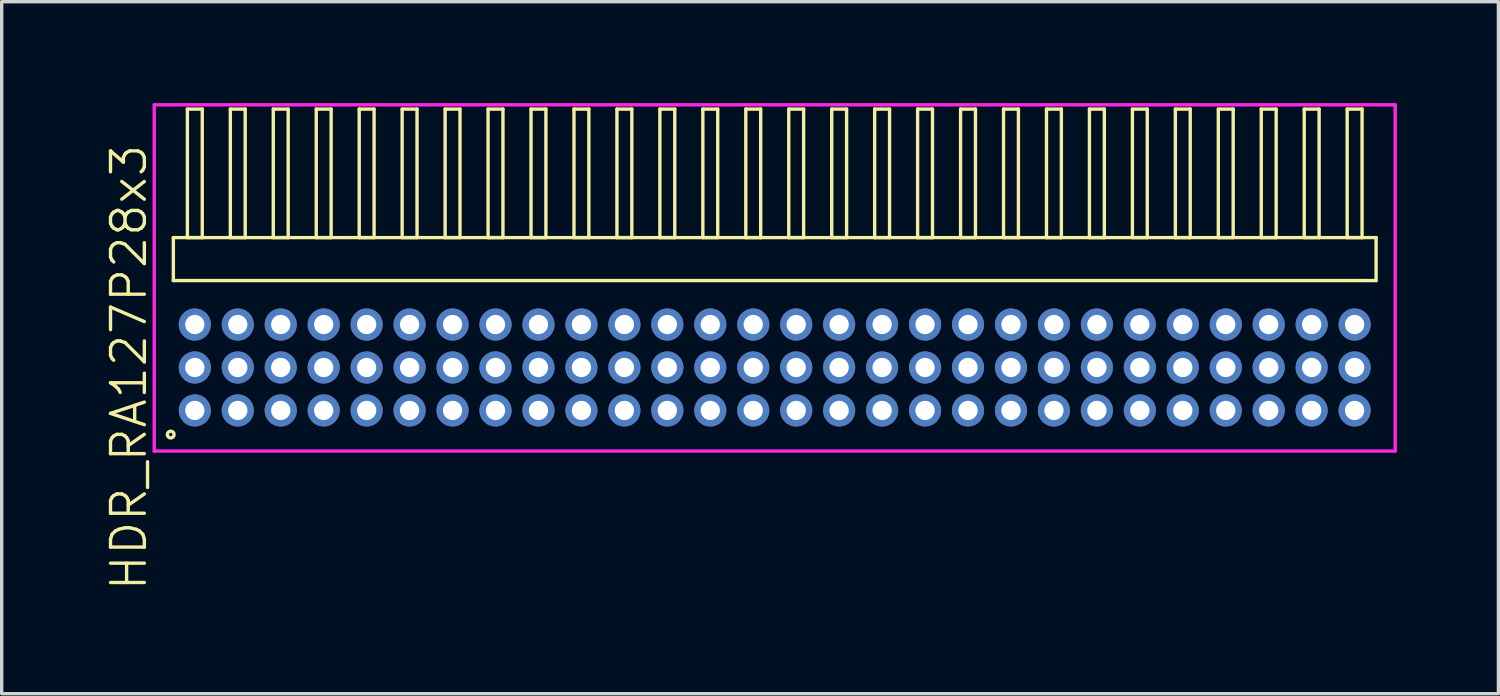
<source format=kicad_pcb>
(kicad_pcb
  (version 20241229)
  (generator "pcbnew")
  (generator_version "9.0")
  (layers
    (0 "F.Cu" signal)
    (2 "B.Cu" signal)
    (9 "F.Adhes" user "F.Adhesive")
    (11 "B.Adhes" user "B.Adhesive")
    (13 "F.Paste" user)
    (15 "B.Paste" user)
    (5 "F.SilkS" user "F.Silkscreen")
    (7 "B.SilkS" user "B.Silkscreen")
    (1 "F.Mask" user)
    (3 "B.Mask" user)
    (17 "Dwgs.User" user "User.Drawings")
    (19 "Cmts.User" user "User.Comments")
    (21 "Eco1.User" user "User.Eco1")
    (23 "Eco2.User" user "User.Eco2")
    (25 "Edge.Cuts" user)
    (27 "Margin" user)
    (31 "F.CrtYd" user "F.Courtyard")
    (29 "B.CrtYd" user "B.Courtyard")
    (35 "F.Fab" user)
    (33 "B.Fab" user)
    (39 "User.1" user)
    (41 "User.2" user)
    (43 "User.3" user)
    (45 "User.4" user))
  (footprint "HDR_RA127P28x3"
    (layer "F.Cu")
    (at 19.855 7.815)
    (property "Reference" "HDR_RA127P28x3" (at -19.095 0 90) (layer "F.SilkS") (effects (font (size 1 1) (thickness 0.1))))
    (attr through_hole)
    (fp_line (start -17.78 -3.84) (end -17.78 -2.57) (stroke (width 0.1) (type solid)) (layer "F.SilkS"))
    (fp_line (start -17.78 -2.57) (end 17.78 -2.57) (stroke (width 0.1) (type solid)) (layer "F.SilkS"))
    (fp_line (start -17.365 -7.64) (end -17.365 -3.84) (stroke (width 0.1) (type solid)) (layer "F.SilkS"))
    (fp_line (start -17.365 -3.84) (end -16.925 -3.84) (stroke (width 0.1) (type solid)) (layer "F.SilkS"))
    (fp_line (start -16.925 -7.64) (end -17.365 -7.64) (stroke (width 0.1) (type solid)) (layer "F.SilkS"))
    (fp_line (start -16.925 -3.84) (end -16.925 -7.64) (stroke (width 0.1) (type solid)) (layer "F.SilkS"))
    (fp_line (start -16.095 -7.64) (end -16.095 -3.84) (stroke (width 0.1) (type solid)) (layer "F.SilkS"))
    (fp_line (start -16.095 -3.84) (end -15.655 -3.84) (stroke (width 0.1) (type solid)) (layer "F.SilkS"))
    (fp_line (start -15.655 -7.64) (end -16.095 -7.64) (stroke (width 0.1) (type solid)) (layer "F.SilkS"))
    (fp_line (start -15.655 -3.84) (end -15.655 -7.64) (stroke (width 0.1) (type solid)) (layer "F.SilkS"))
    (fp_line (start -14.825 -7.64) (end -14.825 -3.84) (stroke (width 0.1) (type solid)) (layer "F.SilkS"))
    (fp_line (start -14.825 -3.84) (end -14.385 -3.84) (stroke (width 0.1) (type solid)) (layer "F.SilkS"))
    (fp_line (start -14.385 -7.64) (end -14.825 -7.64) (stroke (width 0.1) (type solid)) (layer "F.SilkS"))
    (fp_line (start -14.385 -3.84) (end -14.385 -7.64) (stroke (width 0.1) (type solid)) (layer "F.SilkS"))
    (fp_line (start -13.555 -7.64) (end -13.555 -3.84) (stroke (width 0.1) (type solid)) (layer "F.SilkS"))
    (fp_line (start -13.555 -3.84) (end -13.115 -3.84) (stroke (width 0.1) (type solid)) (layer "F.SilkS"))
    (fp_line (start -13.115 -7.64) (end -13.555 -7.64) (stroke (width 0.1) (type solid)) (layer "F.SilkS"))
    (fp_line (start -13.115 -3.84) (end -13.115 -7.64) (stroke (width 0.1) (type solid)) (layer "F.SilkS"))
    (fp_line (start -12.285 -7.64) (end -12.285 -3.84) (stroke (width 0.1) (type solid)) (layer "F.SilkS"))
    (fp_line (start -12.285 -3.84) (end -11.845 -3.84) (stroke (width 0.1) (type solid)) (layer "F.SilkS"))
    (fp_line (start -11.845 -7.64) (end -12.285 -7.64) (stroke (width 0.1) (type solid)) (layer "F.SilkS"))
    (fp_line (start -11.845 -3.84) (end -11.845 -7.64) (stroke (width 0.1) (type solid)) (layer "F.SilkS"))
    (fp_line (start -11.015 -7.64) (end -11.015 -3.84) (stroke (width 0.1) (type solid)) (layer "F.SilkS"))
    (fp_line (start -11.015 -3.84) (end -10.575 -3.84) (stroke (width 0.1) (type solid)) (layer "F.SilkS"))
    (fp_line (start -10.575 -7.64) (end -11.015 -7.64) (stroke (width 0.1) (type solid)) (layer "F.SilkS"))
    (fp_line (start -10.575 -3.84) (end -10.575 -7.64) (stroke (width 0.1) (type solid)) (layer "F.SilkS"))
    (fp_line (start -9.745 -7.64) (end -9.745 -3.84) (stroke (width 0.1) (type solid)) (layer "F.SilkS"))
    (fp_line (start -9.745 -3.84) (end -9.305 -3.84) (stroke (width 0.1) (type solid)) (layer "F.SilkS"))
    (fp_line (start -9.305 -7.64) (end -9.745 -7.64) (stroke (width 0.1) (type solid)) (layer "F.SilkS"))
    (fp_line (start -9.305 -3.84) (end -9.305 -7.64) (stroke (width 0.1) (type solid)) (layer "F.SilkS"))
    (fp_line (start -8.475 -7.64) (end -8.475 -3.84) (stroke (width 0.1) (type solid)) (layer "F.SilkS"))
    (fp_line (start -8.475 -3.84) (end -8.035 -3.84) (stroke (width 0.1) (type solid)) (layer "F.SilkS"))
    (fp_line (start -8.035 -7.64) (end -8.475 -7.64) (stroke (width 0.1) (type solid)) (layer "F.SilkS"))
    (fp_line (start -8.035 -3.84) (end -8.035 -7.64) (stroke (width 0.1) (type solid)) (layer "F.SilkS"))
    (fp_line (start -7.205 -7.64) (end -7.205 -3.84) (stroke (width 0.1) (type solid)) (layer "F.SilkS"))
    (fp_line (start -7.205 -3.84) (end -6.765 -3.84) (stroke (width 0.1) (type solid)) (layer "F.SilkS"))
    (fp_line (start -6.765 -7.64) (end -7.205 -7.64) (stroke (width 0.1) (type solid)) (layer "F.SilkS"))
    (fp_line (start -6.765 -3.84) (end -6.765 -7.64) (stroke (width 0.1) (type solid)) (layer "F.SilkS"))
    (fp_line (start -5.935 -7.64) (end -5.935 -3.84) (stroke (width 0.1) (type solid)) (layer "F.SilkS"))
    (fp_line (start -5.935 -3.84) (end -5.495 -3.84) (stroke (width 0.1) (type solid)) (layer "F.SilkS"))
    (fp_line (start -5.495 -7.64) (end -5.935 -7.64) (stroke (width 0.1) (type solid)) (layer "F.SilkS"))
    (fp_line (start -5.495 -3.84) (end -5.495 -7.64) (stroke (width 0.1) (type solid)) (layer "F.SilkS"))
    (fp_line (start -4.665 -7.64) (end -4.665 -3.84) (stroke (width 0.1) (type solid)) (layer "F.SilkS"))
    (fp_line (start -4.665 -3.84) (end -4.225 -3.84) (stroke (width 0.1) (type solid)) (layer "F.SilkS"))
    (fp_line (start -4.225 -7.64) (end -4.665 -7.64) (stroke (width 0.1) (type solid)) (layer "F.SilkS"))
    (fp_line (start -4.225 -3.84) (end -4.225 -7.64) (stroke (width 0.1) (type solid)) (layer "F.SilkS"))
    (fp_line (start -3.395 -7.64) (end -3.395 -3.84) (stroke (width 0.1) (type solid)) (layer "F.SilkS"))
    (fp_line (start -3.395 -3.84) (end -2.955 -3.84) (stroke (width 0.1) (type solid)) (layer "F.SilkS"))
    (fp_line (start -2.955 -7.64) (end -3.395 -7.64) (stroke (width 0.1) (type solid)) (layer "F.SilkS"))
    (fp_line (start -2.955 -3.84) (end -2.955 -7.64) (stroke (width 0.1) (type solid)) (layer "F.SilkS"))
    (fp_line (start -2.125 -7.64) (end -2.125 -3.84) (stroke (width 0.1) (type solid)) (layer "F.SilkS"))
    (fp_line (start -2.125 -3.84) (end -1.685 -3.84) (stroke (width 0.1) (type solid)) (layer "F.SilkS"))
    (fp_line (start -1.685 -7.64) (end -2.125 -7.64) (stroke (width 0.1) (type solid)) (layer "F.SilkS"))
    (fp_line (start -1.685 -3.84) (end -1.685 -7.64) (stroke (width 0.1) (type solid)) (layer "F.SilkS"))
    (fp_line (start -0.855 -7.64) (end -0.855 -3.84) (stroke (width 0.1) (type solid)) (layer "F.SilkS"))
    (fp_line (start -0.855 -3.84) (end -0.415 -3.84) (stroke (width 0.1) (type solid)) (layer "F.SilkS"))
    (fp_line (start -0.415 -7.64) (end -0.855 -7.64) (stroke (width 0.1) (type solid)) (layer "F.SilkS"))
    (fp_line (start -0.415 -3.84) (end -0.415 -7.64) (stroke (width 0.1) (type solid)) (layer "F.SilkS"))
    (fp_line (start 0.415 -7.64) (end 0.415 -3.84) (stroke (width 0.1) (type solid)) (layer "F.SilkS"))
    (fp_line (start 0.415 -3.84) (end 0.855 -3.84) (stroke (width 0.1) (type solid)) (layer "F.SilkS"))
    (fp_line (start 0.855 -7.64) (end 0.415 -7.64) (stroke (width 0.1) (type solid)) (layer "F.SilkS"))
    (fp_line (start 0.855 -3.84) (end 0.855 -7.64) (stroke (width 0.1) (type solid)) (layer "F.SilkS"))
    (fp_line (start 1.685 -7.64) (end 1.685 -3.84) (stroke (width 0.1) (type solid)) (layer "F.SilkS"))
    (fp_line (start 1.685 -3.84) (end 2.125 -3.84) (stroke (width 0.1) (type solid)) (layer "F.SilkS"))
    (fp_line (start 2.125 -7.64) (end 1.685 -7.64) (stroke (width 0.1) (type solid)) (layer "F.SilkS"))
    (fp_line (start 2.125 -3.84) (end 2.125 -7.64) (stroke (width 0.1) (type solid)) (layer "F.SilkS"))
    (fp_line (start 2.955 -7.64) (end 2.955 -3.84) (stroke (width 0.1) (type solid)) (layer "F.SilkS"))
    (fp_line (start 2.955 -3.84) (end 3.395 -3.84) (stroke (width 0.1) (type solid)) (layer "F.SilkS"))
    (fp_line (start 3.395 -7.64) (end 2.955 -7.64) (stroke (width 0.1) (type solid)) (layer "F.SilkS"))
    (fp_line (start 3.395 -3.84) (end 3.395 -7.64) (stroke (width 0.1) (type solid)) (layer "F.SilkS"))
    (fp_line (start 4.225 -7.64) (end 4.225 -3.84) (stroke (width 0.1) (type solid)) (layer "F.SilkS"))
    (fp_line (start 4.225 -3.84) (end 4.665 -3.84) (stroke (width 0.1) (type solid)) (layer "F.SilkS"))
    (fp_line (start 4.665 -7.64) (end 4.225 -7.64) (stroke (width 0.1) (type solid)) (layer "F.SilkS"))
    (fp_line (start 4.665 -3.84) (end 4.665 -7.64) (stroke (width 0.1) (type solid)) (layer "F.SilkS"))
    (fp_line (start 5.495 -7.64) (end 5.495 -3.84) (stroke (width 0.1) (type solid)) (layer "F.SilkS"))
    (fp_line (start 5.495 -3.84) (end 5.935 -3.84) (stroke (width 0.1) (type solid)) (layer "F.SilkS"))
    (fp_line (start 5.935 -7.64) (end 5.495 -7.64) (stroke (width 0.1) (type solid)) (layer "F.SilkS"))
    (fp_line (start 5.935 -3.84) (end 5.935 -7.64) (stroke (width 0.1) (type solid)) (layer "F.SilkS"))
    (fp_line (start 6.765 -7.64) (end 6.765 -3.84) (stroke (width 0.1) (type solid)) (layer "F.SilkS"))
    (fp_line (start 6.765 -3.84) (end 7.205 -3.84) (stroke (width 0.1) (type solid)) (layer "F.SilkS"))
    (fp_line (start 7.205 -7.64) (end 6.765 -7.64) (stroke (width 0.1) (type solid)) (layer "F.SilkS"))
    (fp_line (start 7.205 -3.84) (end 7.205 -7.64) (stroke (width 0.1) (type solid)) (layer "F.SilkS"))
    (fp_line (start 8.035 -7.64) (end 8.035 -3.84) (stroke (width 0.1) (type solid)) (layer "F.SilkS"))
    (fp_line (start 8.035 -3.84) (end 8.475 -3.84) (stroke (width 0.1) (type solid)) (layer "F.SilkS"))
    (fp_line (start 8.475 -7.64) (end 8.035 -7.64) (stroke (width 0.1) (type solid)) (layer "F.SilkS"))
    (fp_line (start 8.475 -3.84) (end 8.475 -7.64) (stroke (width 0.1) (type solid)) (layer "F.SilkS"))
    (fp_line (start 9.305 -7.64) (end 9.305 -3.84) (stroke (width 0.1) (type solid)) (layer "F.SilkS"))
    (fp_line (start 9.305 -3.84) (end 9.745 -3.84) (stroke (width 0.1) (type solid)) (layer "F.SilkS"))
    (fp_line (start 9.745 -7.64) (end 9.305 -7.64) (stroke (width 0.1) (type solid)) (layer "F.SilkS"))
    (fp_line (start 9.745 -3.84) (end 9.745 -7.64) (stroke (width 0.1) (type solid)) (layer "F.SilkS"))
    (fp_line (start 10.575 -7.64) (end 10.575 -3.84) (stroke (width 0.1) (type solid)) (layer "F.SilkS"))
    (fp_line (start 10.575 -3.84) (end 11.015 -3.84) (stroke (width 0.1) (type solid)) (layer "F.SilkS"))
    (fp_line (start 11.015 -7.64) (end 10.575 -7.64) (stroke (width 0.1) (type solid)) (layer "F.SilkS"))
    (fp_line (start 11.015 -3.84) (end 11.015 -7.64) (stroke (width 0.1) (type solid)) (layer "F.SilkS"))
    (fp_line (start 11.845 -7.64) (end 11.845 -3.84) (stroke (width 0.1) (type solid)) (layer "F.SilkS"))
    (fp_line (start 11.845 -3.84) (end 12.285 -3.84) (stroke (width 0.1) (type solid)) (layer "F.SilkS"))
    (fp_line (start 12.285 -7.64) (end 11.845 -7.64) (stroke (width 0.1) (type solid)) (layer "F.SilkS"))
    (fp_line (start 12.285 -3.84) (end 12.285 -7.64) (stroke (width 0.1) (type solid)) (layer "F.SilkS"))
    (fp_line (start 13.115 -7.64) (end 13.115 -3.84) (stroke (width 0.1) (type solid)) (layer "F.SilkS"))
    (fp_line (start 13.115 -3.84) (end 13.555 -3.84) (stroke (width 0.1) (type solid)) (layer "F.SilkS"))
    (fp_line (start 13.555 -7.64) (end 13.115 -7.64) (stroke (width 0.1) (type solid)) (layer "F.SilkS"))
    (fp_line (start 13.555 -3.84) (end 13.555 -7.64) (stroke (width 0.1) (type solid)) (layer "F.SilkS"))
    (fp_line (start 14.385 -7.64) (end 14.385 -3.84) (stroke (width 0.1) (type solid)) (layer "F.SilkS"))
    (fp_line (start 14.385 -3.84) (end 14.825 -3.84) (stroke (width 0.1) (type solid)) (layer "F.SilkS"))
    (fp_line (start 14.825 -7.64) (end 14.385 -7.64) (stroke (width 0.1) (type solid)) (layer "F.SilkS"))
    (fp_line (start 14.825 -3.84) (end 14.825 -7.64) (stroke (width 0.1) (type solid)) (layer "F.SilkS"))
    (fp_line (start 15.655 -7.64) (end 15.655 -3.84) (stroke (width 0.1) (type solid)) (layer "F.SilkS"))
    (fp_line (start 15.655 -3.84) (end 16.095 -3.84) (stroke (width 0.1) (type solid)) (layer "F.SilkS"))
    (fp_line (start 16.095 -7.64) (end 15.655 -7.64) (stroke (width 0.1) (type solid)) (layer "F.SilkS"))
    (fp_line (start 16.095 -3.84) (end 16.095 -7.64) (stroke (width 0.1) (type solid)) (layer "F.SilkS"))
    (fp_line (start 16.925 -7.64) (end 16.925 -3.84) (stroke (width 0.1) (type solid)) (layer "F.SilkS"))
    (fp_line (start 16.925 -3.84) (end 17.365 -3.84) (stroke (width 0.1) (type solid)) (layer "F.SilkS"))
    (fp_line (start 17.365 -7.64) (end 16.925 -7.64) (stroke (width 0.1) (type solid)) (layer "F.SilkS"))
    (fp_line (start 17.365 -3.84) (end 17.365 -7.64) (stroke (width 0.1) (type solid)) (layer "F.SilkS"))
    (fp_line (start 17.78 -3.84) (end -17.78 -3.84) (stroke (width 0.1) (type solid)) (layer "F.SilkS"))
    (fp_line (start 17.78 -2.57) (end 17.78 -3.84) (stroke (width 0.1) (type solid)) (layer "F.SilkS"))
    (fp_circle (center -17.858 1.983) (end -17.758 1.983) (stroke (width 0.1) (type solid)) (fill no) (layer "F.SilkS"))
    (fp_line (start -18.345 -7.765) (end -18.345 2.47) (stroke (width 0.1) (type solid)) (layer "F.CrtYd"))
    (fp_line (start -18.345 2.47) (end 18.345 2.47) (stroke (width 0.1) (type solid)) (layer "F.CrtYd"))
    (fp_line (start 18.345 -7.765) (end -18.345 -7.765) (stroke (width 0.1) (type solid)) (layer "F.CrtYd"))
    (fp_line (start 18.345 2.47) (end 18.345 -7.765) (stroke (width 0.1) (type solid)) (layer "F.CrtYd"))
    (pad "1" thru_hole oval (at -17.145 1.27) (size 0.95 0.95) (drill 0.57) (layers "*.Cu" "*.Mask"))
    (pad "2" thru_hole oval (at -17.145 0) (size 0.95 0.95) (drill 0.57) (layers "*.Cu" "*.Mask"))
    (pad "3" thru_hole oval (at -17.145 -1.27) (size 0.95 0.95) (drill 0.57) (layers "*.Cu" "*.Mask"))
    (pad "4" thru_hole oval (at -15.875 1.27) (size 0.95 0.95) (drill 0.57) (layers "*.Cu" "*.Mask"))
    (pad "5" thru_hole oval (at -15.875 0) (size 0.95 0.95) (drill 0.57) (layers "*.Cu" "*.Mask"))
    (pad "6" thru_hole oval (at -15.875 -1.27) (size 0.95 0.95) (drill 0.57) (layers "*.Cu" "*.Mask"))
    (pad "7" thru_hole oval (at -14.605 1.27) (size 0.95 0.95) (drill 0.57) (layers "*.Cu" "*.Mask"))
    (pad "8" thru_hole oval (at -14.605 0) (size 0.95 0.95) (drill 0.57) (layers "*.Cu" "*.Mask"))
    (pad "9" thru_hole oval (at -14.605 -1.27) (size 0.95 0.95) (drill 0.57) (layers "*.Cu" "*.Mask"))
    (pad "10" thru_hole oval (at -13.335 1.27) (size 0.95 0.95) (drill 0.57) (layers "*.Cu" "*.Mask"))
    (pad "11" thru_hole oval (at -13.335 0) (size 0.95 0.95) (drill 0.57) (layers "*.Cu" "*.Mask"))
    (pad "12" thru_hole oval (at -13.335 -1.27) (size 0.95 0.95) (drill 0.57) (layers "*.Cu" "*.Mask"))
    (pad "13" thru_hole oval (at -12.065 1.27) (size 0.95 0.95) (drill 0.57) (layers "*.Cu" "*.Mask"))
    (pad "14" thru_hole oval (at -12.065 0) (size 0.95 0.95) (drill 0.57) (layers "*.Cu" "*.Mask"))
    (pad "15" thru_hole oval (at -12.065 -1.27) (size 0.95 0.95) (drill 0.57) (layers "*.Cu" "*.Mask"))
    (pad "16" thru_hole oval (at -10.795 1.27) (size 0.95 0.95) (drill 0.57) (layers "*.Cu" "*.Mask"))
    (pad "17" thru_hole oval (at -10.795 0) (size 0.95 0.95) (drill 0.57) (layers "*.Cu" "*.Mask"))
    (pad "18" thru_hole oval (at -10.795 -1.27) (size 0.95 0.95) (drill 0.57) (layers "*.Cu" "*.Mask"))
    (pad "19" thru_hole oval (at -9.525 1.27) (size 0.95 0.95) (drill 0.57) (layers "*.Cu" "*.Mask"))
    (pad "20" thru_hole oval (at -9.525 0) (size 0.95 0.95) (drill 0.57) (layers "*.Cu" "*.Mask"))
    (pad "21" thru_hole oval (at -9.525 -1.27) (size 0.95 0.95) (drill 0.57) (layers "*.Cu" "*.Mask"))
    (pad "22" thru_hole oval (at -8.255 1.27) (size 0.95 0.95) (drill 0.57) (layers "*.Cu" "*.Mask"))
    (pad "23" thru_hole oval (at -8.255 0) (size 0.95 0.95) (drill 0.57) (layers "*.Cu" "*.Mask"))
    (pad "24" thru_hole oval (at -8.255 -1.27) (size 0.95 0.95) (drill 0.57) (layers "*.Cu" "*.Mask"))
    (pad "25" thru_hole oval (at -6.985 1.27) (size 0.95 0.95) (drill 0.57) (layers "*.Cu" "*.Mask"))
    (pad "26" thru_hole oval (at -6.985 0) (size 0.95 0.95) (drill 0.57) (layers "*.Cu" "*.Mask"))
    (pad "27" thru_hole oval (at -6.985 -1.27) (size 0.95 0.95) (drill 0.57) (layers "*.Cu" "*.Mask"))
    (pad "28" thru_hole oval (at -5.715 1.27) (size 0.95 0.95) (drill 0.57) (layers "*.Cu" "*.Mask"))
    (pad "29" thru_hole oval (at -5.715 0) (size 0.95 0.95) (drill 0.57) (layers "*.Cu" "*.Mask"))
    (pad "30" thru_hole oval (at -5.715 -1.27) (size 0.95 0.95) (drill 0.57) (layers "*.Cu" "*.Mask"))
    (pad "31" thru_hole oval (at -4.445 1.27) (size 0.95 0.95) (drill 0.57) (layers "*.Cu" "*.Mask"))
    (pad "32" thru_hole oval (at -4.445 0) (size 0.95 0.95) (drill 0.57) (layers "*.Cu" "*.Mask"))
    (pad "33" thru_hole oval (at -4.445 -1.27) (size 0.95 0.95) (drill 0.57) (layers "*.Cu" "*.Mask"))
    (pad "34" thru_hole oval (at -3.175 1.27) (size 0.95 0.95) (drill 0.57) (layers "*.Cu" "*.Mask"))
    (pad "35" thru_hole oval (at -3.175 0) (size 0.95 0.95) (drill 0.57) (layers "*.Cu" "*.Mask"))
    (pad "36" thru_hole oval (at -3.175 -1.27) (size 0.95 0.95) (drill 0.57) (layers "*.Cu" "*.Mask"))
    (pad "37" thru_hole oval (at -1.905 1.27) (size 0.95 0.95) (drill 0.57) (layers "*.Cu" "*.Mask"))
    (pad "38" thru_hole oval (at -1.905 0) (size 0.95 0.95) (drill 0.57) (layers "*.Cu" "*.Mask"))
    (pad "39" thru_hole oval (at -1.905 -1.27) (size 0.95 0.95) (drill 0.57) (layers "*.Cu" "*.Mask"))
    (pad "40" thru_hole oval (at -0.635 1.27) (size 0.95 0.95) (drill 0.57) (layers "*.Cu" "*.Mask"))
    (pad "41" thru_hole oval (at -0.635 0) (size 0.95 0.95) (drill 0.57) (layers "*.Cu" "*.Mask"))
    (pad "42" thru_hole oval (at -0.635 -1.27) (size 0.95 0.95) (drill 0.57) (layers "*.Cu" "*.Mask"))
    (pad "43" thru_hole oval (at 0.635 1.27) (size 0.95 0.95) (drill 0.57) (layers "*.Cu" "*.Mask"))
    (pad "44" thru_hole oval (at 0.635 0) (size 0.95 0.95) (drill 0.57) (layers "*.Cu" "*.Mask"))
    (pad "45" thru_hole oval (at 0.635 -1.27) (size 0.95 0.95) (drill 0.57) (layers "*.Cu" "*.Mask"))
    (pad "46" thru_hole oval (at 1.905 1.27) (size 0.95 0.95) (drill 0.57) (layers "*.Cu" "*.Mask"))
    (pad "47" thru_hole oval (at 1.905 0) (size 0.95 0.95) (drill 0.57) (layers "*.Cu" "*.Mask"))
    (pad "48" thru_hole oval (at 1.905 -1.27) (size 0.95 0.95) (drill 0.57) (layers "*.Cu" "*.Mask"))
    (pad "49" thru_hole oval (at 3.175 1.27) (size 0.95 0.95) (drill 0.57) (layers "*.Cu" "*.Mask"))
    (pad "50" thru_hole oval (at 3.175 0) (size 0.95 0.95) (drill 0.57) (layers "*.Cu" "*.Mask"))
    (pad "51" thru_hole oval (at 3.175 -1.27) (size 0.95 0.95) (drill 0.57) (layers "*.Cu" "*.Mask"))
    (pad "52" thru_hole oval (at 4.445 1.27) (size 0.95 0.95) (drill 0.57) (layers "*.Cu" "*.Mask"))
    (pad "53" thru_hole oval (at 4.445 0) (size 0.95 0.95) (drill 0.57) (layers "*.Cu" "*.Mask"))
    (pad "54" thru_hole oval (at 4.445 -1.27) (size 0.95 0.95) (drill 0.57) (layers "*.Cu" "*.Mask"))
    (pad "55" thru_hole oval (at 5.715 1.27) (size 0.95 0.95) (drill 0.57) (layers "*.Cu" "*.Mask"))
    (pad "56" thru_hole oval (at 5.715 0) (size 0.95 0.95) (drill 0.57) (layers "*.Cu" "*.Mask"))
    (pad "57" thru_hole oval (at 5.715 -1.27) (size 0.95 0.95) (drill 0.57) (layers "*.Cu" "*.Mask"))
    (pad "58" thru_hole oval (at 6.985 1.27) (size 0.95 0.95) (drill 0.57) (layers "*.Cu" "*.Mask"))
    (pad "59" thru_hole oval (at 6.985 0) (size 0.95 0.95) (drill 0.57) (layers "*.Cu" "*.Mask"))
    (pad "60" thru_hole oval (at 6.985 -1.27) (size 0.95 0.95) (drill 0.57) (layers "*.Cu" "*.Mask"))
    (pad "61" thru_hole oval (at 8.255 1.27) (size 0.95 0.95) (drill 0.57) (layers "*.Cu" "*.Mask"))
    (pad "62" thru_hole oval (at 8.255 0) (size 0.95 0.95) (drill 0.57) (layers "*.Cu" "*.Mask"))
    (pad "63" thru_hole oval (at 8.255 -1.27) (size 0.95 0.95) (drill 0.57) (layers "*.Cu" "*.Mask"))
    (pad "64" thru_hole oval (at 9.525 1.27) (size 0.95 0.95) (drill 0.57) (layers "*.Cu" "*.Mask"))
    (pad "65" thru_hole oval (at 9.525 0) (size 0.95 0.95) (drill 0.57) (layers "*.Cu" "*.Mask"))
    (pad "66" thru_hole oval (at 9.525 -1.27) (size 0.95 0.95) (drill 0.57) (layers "*.Cu" "*.Mask"))
    (pad "67" thru_hole oval (at 10.795 1.27) (size 0.95 0.95) (drill 0.57) (layers "*.Cu" "*.Mask"))
    (pad "68" thru_hole oval (at 10.795 0) (size 0.95 0.95) (drill 0.57) (layers "*.Cu" "*.Mask"))
    (pad "69" thru_hole oval (at 10.795 -1.27) (size 0.95 0.95) (drill 0.57) (layers "*.Cu" "*.Mask"))
    (pad "70" thru_hole oval (at 12.065 1.27) (size 0.95 0.95) (drill 0.57) (layers "*.Cu" "*.Mask"))
    (pad "71" thru_hole oval (at 12.065 0) (size 0.95 0.95) (drill 0.57) (layers "*.Cu" "*.Mask"))
    (pad "72" thru_hole oval (at 12.065 -1.27) (size 0.95 0.95) (drill 0.57) (layers "*.Cu" "*.Mask"))
    (pad "73" thru_hole oval (at 13.335 1.27) (size 0.95 0.95) (drill 0.57) (layers "*.Cu" "*.Mask"))
    (pad "74" thru_hole oval (at 13.335 0) (size 0.95 0.95) (drill 0.57) (layers "*.Cu" "*.Mask"))
    (pad "75" thru_hole oval (at 13.335 -1.27) (size 0.95 0.95) (drill 0.57) (layers "*.Cu" "*.Mask"))
    (pad "76" thru_hole oval (at 14.605 1.27) (size 0.95 0.95) (drill 0.57) (layers "*.Cu" "*.Mask"))
    (pad "77" thru_hole oval (at 14.605 0) (size 0.95 0.95) (drill 0.57) (layers "*.Cu" "*.Mask"))
    (pad "78" thru_hole oval (at 14.605 -1.27) (size 0.95 0.95) (drill 0.57) (layers "*.Cu" "*.Mask"))
    (pad "79" thru_hole oval (at 15.875 1.27) (size 0.95 0.95) (drill 0.57) (layers "*.Cu" "*.Mask"))
    (pad "80" thru_hole oval (at 15.875 0) (size 0.95 0.95) (drill 0.57) (layers "*.Cu" "*.Mask"))
    (pad "81" thru_hole oval (at 15.875 -1.27) (size 0.95 0.95) (drill 0.57) (layers "*.Cu" "*.Mask"))
    (pad "82" thru_hole oval (at 17.145 1.27) (size 0.95 0.95) (drill 0.57) (layers "*.Cu" "*.Mask"))
    (pad "83" thru_hole oval (at 17.145 0) (size 0.95 0.95) (drill 0.57) (layers "*.Cu" "*.Mask"))
    (pad "84" thru_hole oval (at 17.145 -1.27) (size 0.95 0.95) (drill 0.57) (layers "*.Cu" "*.Mask")))
  (gr_rect
    (start -3 -3)
    (end 41.251 17.46)
    (stroke (width 0.1) (type default))
    (fill no)
    (layer "Edge.Cuts")))
</source>
